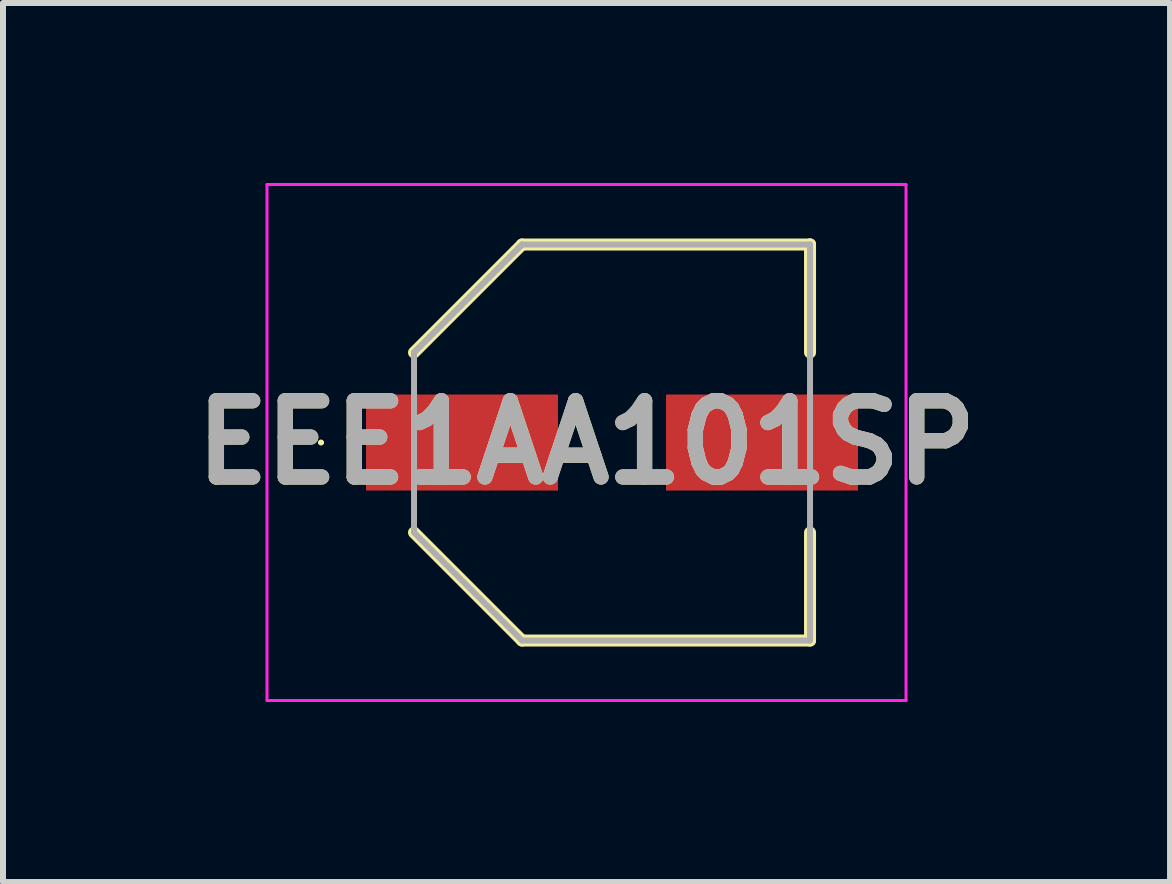
<source format=kicad_pcb>
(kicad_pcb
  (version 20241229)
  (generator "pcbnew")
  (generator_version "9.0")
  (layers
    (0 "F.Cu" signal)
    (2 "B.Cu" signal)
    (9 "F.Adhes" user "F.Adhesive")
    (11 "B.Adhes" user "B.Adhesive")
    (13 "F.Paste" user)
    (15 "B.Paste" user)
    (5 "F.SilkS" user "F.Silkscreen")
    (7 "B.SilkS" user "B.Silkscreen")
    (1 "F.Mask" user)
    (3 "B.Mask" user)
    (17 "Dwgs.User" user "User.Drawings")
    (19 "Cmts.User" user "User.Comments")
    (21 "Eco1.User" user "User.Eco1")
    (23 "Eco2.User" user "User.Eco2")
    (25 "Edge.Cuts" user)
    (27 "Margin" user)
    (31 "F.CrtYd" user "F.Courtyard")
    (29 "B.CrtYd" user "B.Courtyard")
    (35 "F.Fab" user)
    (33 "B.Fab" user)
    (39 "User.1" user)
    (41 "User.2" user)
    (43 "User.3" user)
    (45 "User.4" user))
  (footprint "EEE1AA101SP"
    (layer "F.Cu")
    (at 7.15 4.325)
    (property "Reference" "EEE1AA101SP" (at -0.425 0 0) (layer "F.SilkS") (effects (font (size 1.27 1.27) (thickness 0.254))))
    (attr smd)
    (fp_line (start -4.875 0) (end -4.875 0) (stroke (width 0.05) (type solid)) (layer "F.SilkS"))
    (fp_line (start -4.825 0) (end -4.825 0) (stroke (width 0.05) (type solid)) (layer "F.SilkS"))
    (fp_line (start -3.3 -1.5) (end -1.5 -3.3) (stroke (width 0.2) (type solid)) (layer "F.SilkS"))
    (fp_line (start -3.3 1.5) (end -1.5 3.3) (stroke (width 0.2) (type solid)) (layer "F.SilkS"))
    (fp_line (start -1.5 -3.3) (end 3.3 -3.3) (stroke (width 0.2) (type solid)) (layer "F.SilkS"))
    (fp_line (start -1.5 3.3) (end 3.3 3.3) (stroke (width 0.2) (type solid)) (layer "F.SilkS"))
    (fp_line (start 3.3 -3.3) (end 3.3 -3.3) (stroke (width 0.2) (type solid)) (layer "F.SilkS"))
    (fp_line (start 3.3 -3.3) (end 3.3 -1.5) (stroke (width 0.2) (type solid)) (layer "F.SilkS"))
    (fp_line (start 3.3 3.3) (end 3.3 1.5) (stroke (width 0.2) (type solid)) (layer "F.SilkS"))
    (fp_arc (start -4.875 0) (mid -4.85 -0.025) (end -4.825 0) (stroke (width 0.05) (type solid)) (layer "F.SilkS"))
    (fp_arc (start -4.825 0) (mid -4.85 0.025) (end -4.875 0) (stroke (width 0.05) (type solid)) (layer "F.SilkS"))
    (fp_line (start -5.75 -4.3) (end 4.9 -4.3) (stroke (width 0.05) (type solid)) (layer "F.CrtYd"))
    (fp_line (start -5.75 4.3) (end -5.75 -4.3) (stroke (width 0.05) (type solid)) (layer "F.CrtYd"))
    (fp_line (start 4.9 -4.3) (end 4.9 4.3) (stroke (width 0.05) (type solid)) (layer "F.CrtYd"))
    (fp_line (start 4.9 4.3) (end -5.75 4.3) (stroke (width 0.05) (type solid)) (layer "F.CrtYd"))
    (fp_line (start -3.3 -1.5) (end -1.5 -3.3) (stroke (width 0.1) (type solid)) (layer "F.Fab"))
    (fp_line (start -3.3 -1.5) (end -1.5 -3.3) (stroke (width 0.1) (type solid)) (layer "F.Fab"))
    (fp_line (start -3.3 1.5) (end -3.3 -1.5) (stroke (width 0.1) (type solid)) (layer "F.Fab"))
    (fp_line (start -1.5 -3.3) (end 3.3 -3.3) (stroke (width 0.1) (type solid)) (layer "F.Fab"))
    (fp_line (start -1.5 3.3) (end -3.3 1.5) (stroke (width 0.1) (type solid)) (layer "F.Fab"))
    (fp_line (start 3.3 -3.3) (end 3.3 3.3) (stroke (width 0.1) (type solid)) (layer "F.Fab"))
    (fp_line (start 3.3 3.3) (end -1.5 3.3) (stroke (width 0.1) (type solid)) (layer "F.Fab"))
    (fp_text user "${REFERENCE}" (at -0.425 0 0) (layer "F.Fab") (effects (font (size 1.27 1.27) (thickness 0.254))))
    (pad "1" smd rect (at -2.5 0 90) (size 1.6 3.2) (layers "F.Cu" "F.Mask" "F.Paste"))
    (pad "2" smd rect (at 2.5 0 90) (size 1.6 3.2) (layers "F.Cu" "F.Mask" "F.Paste")))
  (gr_rect
    (start -3 -3)
    (end 16.45 11.65)
    (stroke (width 0.1) (type default))
    (fill no)
    (layer "Edge.Cuts")))
</source>
